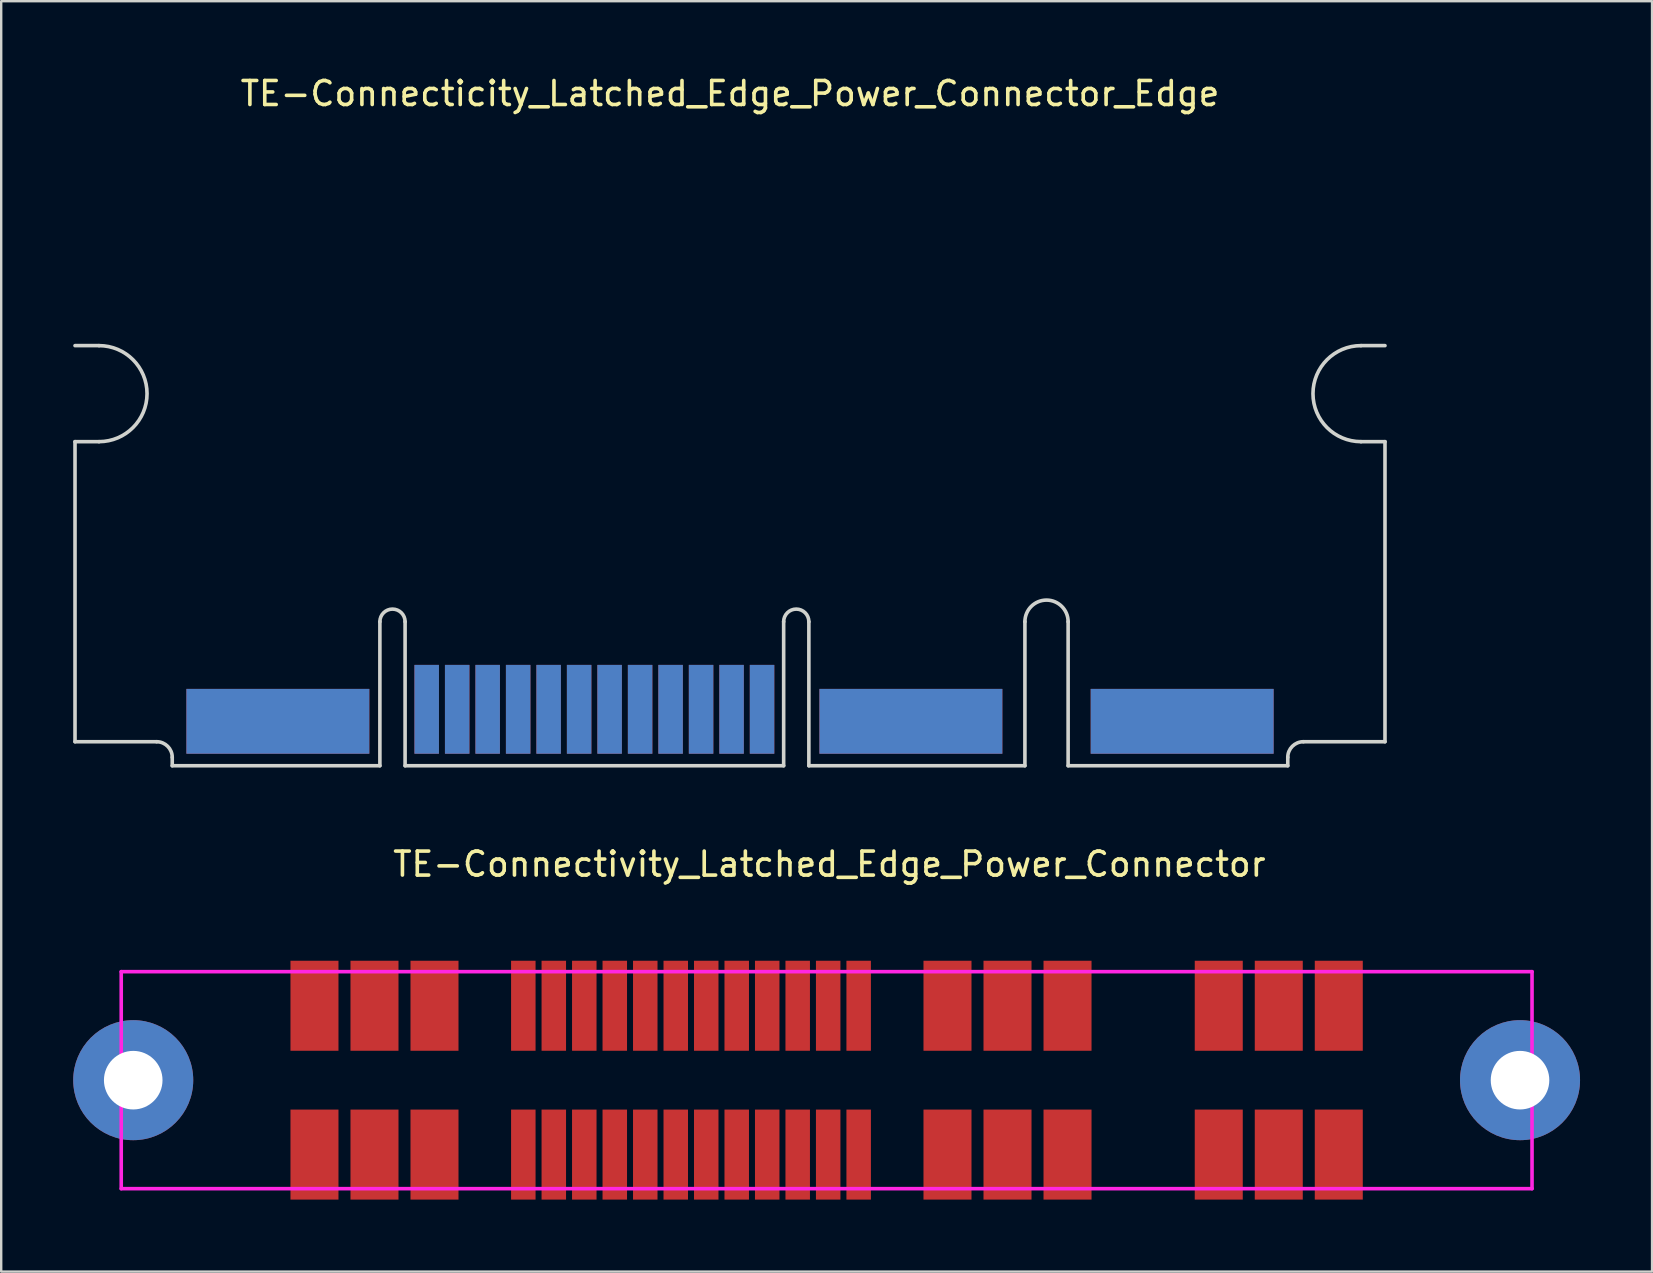
<source format=kicad_pcb>
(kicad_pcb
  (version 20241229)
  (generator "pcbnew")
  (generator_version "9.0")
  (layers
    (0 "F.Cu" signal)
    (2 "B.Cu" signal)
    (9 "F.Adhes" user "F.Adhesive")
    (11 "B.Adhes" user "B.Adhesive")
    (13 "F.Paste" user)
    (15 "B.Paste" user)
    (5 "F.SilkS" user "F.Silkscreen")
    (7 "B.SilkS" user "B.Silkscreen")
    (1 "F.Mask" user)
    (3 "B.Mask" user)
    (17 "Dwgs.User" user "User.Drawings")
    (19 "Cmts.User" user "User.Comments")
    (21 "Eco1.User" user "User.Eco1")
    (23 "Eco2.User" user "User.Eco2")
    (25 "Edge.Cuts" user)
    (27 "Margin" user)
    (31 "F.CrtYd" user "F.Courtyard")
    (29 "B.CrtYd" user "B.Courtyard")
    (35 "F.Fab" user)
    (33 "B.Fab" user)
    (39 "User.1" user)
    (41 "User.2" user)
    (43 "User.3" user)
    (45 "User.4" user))
  (footprint "TE-Connecticity_Latched_Edge_Power_Connector_Edge"
    (layer "F.Cu")
    (at 27.36 28.848)
    (property "Reference" "TE-Connecticity_Latched_Edge_Power_Connector_Edge" (at 0 -28 0) (layer "F.SilkS") (effects (font (size 1 1) (thickness 0.15))))
    (attr through_hole)
    (fp_line (start -27.285 -17.5) (end -26.285 -17.5) (stroke (width 0.15) (type solid)) (layer "Edge.Cuts"))
    (fp_line (start -27.285 -13.5) (end -26.285 -13.5) (stroke (width 0.15) (type solid)) (layer "Edge.Cuts"))
    (fp_line (start -27.285 -1) (end -27.285 -13.5) (stroke (width 0.15) (type solid)) (layer "Edge.Cuts"))
    (fp_line (start -23.885 -1) (end -27.285 -1) (stroke (width 0.15) (type solid)) (layer "Edge.Cuts"))
    (fp_line (start -23.235 0) (end -23.235 -0.35) (stroke (width 0.15) (type solid)) (layer "Edge.Cuts"))
    (fp_line (start -14.585 0) (end -23.235 0) (stroke (width 0.15) (type solid)) (layer "Edge.Cuts"))
    (fp_line (start -14.585 0) (end -14.585 -6) (stroke (width 0.15) (type solid)) (layer "Edge.Cuts"))
    (fp_line (start -13.535 0) (end -13.535 -6) (stroke (width 0.15) (type solid)) (layer "Edge.Cuts"))
    (fp_line (start -13.535 0) (end 2.235 0) (stroke (width 0.15) (type solid)) (layer "Edge.Cuts"))
    (fp_line (start 2.235 0) (end 2.235 -6) (stroke (width 0.15) (type solid)) (layer "Edge.Cuts"))
    (fp_line (start 3.285 0) (end 3.285 -6) (stroke (width 0.15) (type solid)) (layer "Edge.Cuts"))
    (fp_line (start 3.285 0) (end 12.285 0) (stroke (width 0.15) (type solid)) (layer "Edge.Cuts"))
    (fp_line (start 12.285 0) (end 12.285 -6) (stroke (width 0.15) (type solid)) (layer "Edge.Cuts"))
    (fp_line (start 14.085 0) (end 14.085 -6) (stroke (width 0.15) (type solid)) (layer "Edge.Cuts"))
    (fp_line (start 14.085 0) (end 23.235 0) (stroke (width 0.15) (type solid)) (layer "Edge.Cuts"))
    (fp_line (start 23.235 -0.35) (end 23.235 0) (stroke (width 0.15) (type solid)) (layer "Edge.Cuts"))
    (fp_line (start 27.285 -17.5) (end 26.285 -17.5) (stroke (width 0.15) (type solid)) (layer "Edge.Cuts"))
    (fp_line (start 27.285 -13.5) (end 26.285 -13.5) (stroke (width 0.15) (type solid)) (layer "Edge.Cuts"))
    (fp_line (start 27.285 -1) (end 23.885 -1) (stroke (width 0.15) (type solid)) (layer "Edge.Cuts"))
    (fp_line (start 27.285 -1) (end 27.285 -13.5) (stroke (width 0.15) (type solid)) (layer "Edge.Cuts"))
    (fp_arc (start -26.285 -17.5) (mid -24.285 -15.5) (end -26.285 -13.5) (stroke (width 0.15) (type solid)) (layer "Edge.Cuts"))
    (fp_arc (start -23.885 -1) (mid -23.425381 -0.809619) (end -23.235 -0.35) (stroke (width 0.15) (type solid)) (layer "Edge.Cuts"))
    (fp_arc (start -14.585 -6) (mid -14.06 -6.525) (end -13.535 -6) (stroke (width 0.15) (type solid)) (layer "Edge.Cuts"))
    (fp_arc (start 2.235 -6) (mid 2.76 -6.525) (end 3.285 -6) (stroke (width 0.15) (type solid)) (layer "Edge.Cuts"))
    (fp_arc (start 12.285 -6) (mid 13.185 -6.9) (end 14.085 -6) (stroke (width 0.15) (type solid)) (layer "Edge.Cuts"))
    (fp_arc (start 23.235 -0.35) (mid 23.425381 -0.809619) (end 23.885 -1) (stroke (width 0.15) (type solid)) (layer "Edge.Cuts"))
    (fp_arc (start 26.285 -13.5) (mid 24.285 -15.5) (end 26.285 -17.5) (stroke (width 0.15) (type solid)) (layer "Edge.Cuts"))
    (pad "1" smd rect (at -18.835 -1.85) (size 7.62 2.7) (layers "F.Cu" "F.Mask" "F.Paste"))
    (pad "2" smd rect (at -12.635 -2.35) (size 1.02 3.7) (layers "F.Cu" "F.Mask" "F.Paste"))
    (pad "3" smd rect (at -11.365 -2.35) (size 1.02 3.7) (layers "F.Cu" "F.Mask" "F.Paste"))
    (pad "4" smd rect (at -10.095 -2.35) (size 1.02 3.7) (layers "F.Cu" "F.Mask" "F.Paste"))
    (pad "5" smd rect (at -8.825 -2.35) (size 1.02 3.7) (layers "F.Cu" "F.Mask" "F.Paste"))
    (pad "6" smd rect (at -7.555 -2.35) (size 1.02 3.7) (layers "F.Cu" "F.Mask" "F.Paste"))
    (pad "7" smd rect (at -6.285 -2.35) (size 1.02 3.7) (layers "F.Cu" "F.Mask" "F.Paste"))
    (pad "8" smd rect (at -5.015 -2.35) (size 1.02 3.7) (layers "F.Cu" "F.Mask" "F.Paste"))
    (pad "9" smd rect (at -3.745 -2.35) (size 1.02 3.7) (layers "F.Cu" "F.Mask" "F.Paste"))
    (pad "10" smd rect (at -2.475 -2.35) (size 1.02 3.7) (layers "F.Cu" "F.Mask" "F.Paste"))
    (pad "11" smd rect (at -1.205 -2.35) (size 1.02 3.7) (layers "F.Cu" "F.Mask" "F.Paste"))
    (pad "12" smd rect (at 0.065 -2.35) (size 1.02 3.7) (layers "F.Cu" "F.Mask" "F.Paste"))
    (pad "13" smd rect (at 1.335 -2.35) (size 1.02 3.7) (layers "F.Cu" "F.Mask" "F.Paste"))
    (pad "14" smd rect (at 7.535 -1.85) (size 7.62 2.7) (layers "F.Cu" "F.Mask" "F.Paste"))
    (pad "15" smd rect (at 18.835 -1.85) (size 7.62 2.7) (layers "F.Cu" "F.Mask" "F.Paste"))
    (pad "16" smd rect (at 18.835 -1.85) (size 7.62 2.7) (layers "B.Cu" "B.Mask" "B.Paste"))
    (pad "17" smd rect (at 7.535 -1.85) (size 7.62 2.7) (layers "B.Cu" "B.Mask" "B.Paste"))
    (pad "18" smd rect (at 1.335 -2.35) (size 1.02 3.7) (layers "B.Cu" "B.Mask" "B.Paste"))
    (pad "19" smd rect (at 0.065 -2.35) (size 1.02 3.7) (layers "B.Cu" "B.Mask" "B.Paste"))
    (pad "20" smd rect (at -1.205 -2.35) (size 1.02 3.7) (layers "B.Cu" "B.Mask" "B.Paste"))
    (pad "21" smd rect (at -2.475 -2.35) (size 1.02 3.7) (layers "B.Cu" "B.Mask" "B.Paste"))
    (pad "22" smd rect (at -3.745 -2.35) (size 1.02 3.7) (layers "B.Cu" "B.Mask" "B.Paste"))
    (pad "23" smd rect (at -5.015 -2.35) (size 1.02 3.7) (layers "B.Cu" "B.Mask" "B.Paste"))
    (pad "24" smd rect (at -6.285 -2.35) (size 1.02 3.7) (layers "B.Cu" "B.Mask" "B.Paste"))
    (pad "25" smd rect (at -7.555 -2.35) (size 1.02 3.7) (layers "B.Cu" "B.Mask" "B.Paste"))
    (pad "26" smd rect (at -8.825 -2.35) (size 1.02 3.7) (layers "B.Cu" "B.Mask" "B.Paste"))
    (pad "27" smd rect (at -10.095 -2.35) (size 1.02 3.7) (layers "B.Cu" "B.Mask" "B.Paste"))
    (pad "28" smd rect (at -11.365 -2.35) (size 1.02 3.7) (layers "B.Cu" "B.Mask" "B.Paste"))
    (pad "29" smd rect (at -12.635 -2.35) (size 1.02 3.7) (layers "B.Cu" "B.Mask" "B.Paste"))
    (pad "30" smd rect (at -18.835 -1.85) (size 7.62 2.7) (layers "B.Cu" "B.Mask" "B.Paste")))
  (footprint "TE-Connectivity_Latched_Edge_Power_Connector"
    (layer "F.Cu")
    (at 31.385 41.947)
    (property "Reference" "TE-Connectivity_Latched_Edge_Power_Connector" (at 0.115 -9 0) (layer "F.SilkS") (effects (font (size 1 1) (thickness 0.15))))
    (attr through_hole)
    (fp_line (start -29.385 -4.52) (end 29.385 -4.52) (stroke (width 0.15) (type solid)) (layer "F.CrtYd"))
    (fp_line (start -29.385 0) (end -29.385 -4.52) (stroke (width 0.15) (type solid)) (layer "F.CrtYd"))
    (fp_line (start -29.385 0) (end -29.385 4.52) (stroke (width 0.15) (type solid)) (layer "F.CrtYd"))
    (fp_line (start 29.385 -4.52) (end 29.385 4.52) (stroke (width 0.15) (type solid)) (layer "F.CrtYd"))
    (fp_line (start 29.385 4.52) (end -29.385 4.52) (stroke (width 0.15) (type solid)) (layer "F.CrtYd"))
    (pad "" np_thru_hole circle (at -28.885 0) (size 5 5) (drill 2.44) (layers "*.Cu" "*.Mask"))
    (pad "" np_thru_hole circle (at 28.885 0) (size 5 5) (drill 2.44) (layers "*.Cu" "*.Mask"))
    (pad "1" smd rect (at -21.335 3.1) (size 2 3.75) (layers "F.Cu" "F.Mask" "F.Paste"))
    (pad "1" smd rect (at -18.835 3.1) (size 2 3.75) (layers "F.Cu" "F.Mask" "F.Paste"))
    (pad "1" smd rect (at -16.335 3.1) (size 2 3.75) (layers "F.Cu" "F.Mask" "F.Paste"))
    (pad "2" smd rect (at -12.635 3.1) (size 1.02 3.75) (layers "F.Cu" "F.Mask" "F.Paste"))
    (pad "3" smd rect (at -11.365 3.1) (size 1.02 3.75) (layers "F.Cu" "F.Mask" "F.Paste"))
    (pad "4" smd rect (at -10.095 3.1) (size 1.02 3.75) (layers "F.Cu" "F.Mask" "F.Paste"))
    (pad "5" smd rect (at -8.825 3.1) (size 1.02 3.75) (layers "F.Cu" "F.Mask" "F.Paste"))
    (pad "6" smd rect (at -7.555 3.1) (size 1.02 3.75) (layers "F.Cu" "F.Mask" "F.Paste"))
    (pad "7" smd rect (at -6.285 3.1) (size 1.02 3.75) (layers "F.Cu" "F.Mask" "F.Paste"))
    (pad "8" smd rect (at -5.015 3.1) (size 1.02 3.75) (layers "F.Cu" "F.Mask" "F.Paste"))
    (pad "9" smd rect (at -3.745 3.1) (size 1.02 3.75) (layers "F.Cu" "F.Mask" "F.Paste"))
    (pad "10" smd rect (at -2.475 3.1) (size 1.02 3.75) (layers "F.Cu" "F.Mask" "F.Paste"))
    (pad "11" smd rect (at -1.205 3.1) (size 1.02 3.75) (layers "F.Cu" "F.Mask" "F.Paste"))
    (pad "12" smd rect (at 0.065 3.1) (size 1.02 3.75) (layers "F.Cu" "F.Mask" "F.Paste"))
    (pad "13" smd rect (at 1.335 3.1) (size 1.02 3.75) (layers "F.Cu" "F.Mask" "F.Paste"))
    (pad "14" smd rect (at 5.035 3.1) (size 2 3.75) (layers "F.Cu" "F.Mask" "F.Paste"))
    (pad "14" smd rect (at 7.535 3.1) (size 2 3.75) (layers "F.Cu" "F.Mask" "F.Paste"))
    (pad "14" smd rect (at 10.035 3.1) (size 2 3.75) (layers "F.Cu" "F.Mask" "F.Paste"))
    (pad "15" smd rect (at 16.335 3.1) (size 2 3.75) (layers "F.Cu" "F.Mask" "F.Paste"))
    (pad "15" smd rect (at 18.835 3.1) (size 2 3.75) (layers "F.Cu" "F.Mask" "F.Paste"))
    (pad "15" smd rect (at 21.335 3.1) (size 2 3.75) (layers "F.Cu" "F.Mask" "F.Paste"))
    (pad "16" smd rect (at 16.335 -3.1) (size 2 3.75) (layers "F.Cu" "F.Mask" "F.Paste"))
    (pad "16" smd rect (at 18.835 -3.1) (size 2 3.75) (layers "F.Cu" "F.Mask" "F.Paste"))
    (pad "16" smd rect (at 21.335 -3.1) (size 2 3.75) (layers "F.Cu" "F.Mask" "F.Paste"))
    (pad "17" smd rect (at 5.035 -3.1) (size 2 3.75) (layers "F.Cu" "F.Mask" "F.Paste"))
    (pad "17" smd rect (at 7.535 -3.1) (size 2 3.75) (layers "F.Cu" "F.Mask" "F.Paste"))
    (pad "17" smd rect (at 10.035 -3.1) (size 2 3.75) (layers "F.Cu" "F.Mask" "F.Paste"))
    (pad "18" smd rect (at 1.335 -3.1) (size 1.02 3.75) (layers "F.Cu" "F.Mask" "F.Paste"))
    (pad "19" smd rect (at 0.065 -3.1) (size 1.02 3.75) (layers "F.Cu" "F.Mask" "F.Paste"))
    (pad "20" smd rect (at -1.205 -3.1) (size 1.02 3.75) (layers "F.Cu" "F.Mask" "F.Paste"))
    (pad "21" smd rect (at -2.475 -3.1) (size 1.02 3.75) (layers "F.Cu" "F.Mask" "F.Paste"))
    (pad "22" smd rect (at -3.745 -3.1) (size 1.02 3.75) (layers "F.Cu" "F.Mask" "F.Paste"))
    (pad "23" smd rect (at -5.015 -3.1) (size 1.02 3.75) (layers "F.Cu" "F.Mask" "F.Paste"))
    (pad "24" smd rect (at -6.285 -3.1) (size 1.02 3.75) (layers "F.Cu" "F.Mask" "F.Paste"))
    (pad "25" smd rect (at -7.555 -3.1) (size 1.02 3.75) (layers "F.Cu" "F.Mask" "F.Paste"))
    (pad "26" smd rect (at -8.825 -3.1) (size 1.02 3.75) (layers "F.Cu" "F.Mask" "F.Paste"))
    (pad "27" smd rect (at -10.095 -3.1) (size 1.02 3.75) (layers "F.Cu" "F.Mask" "F.Paste"))
    (pad "28" smd rect (at -11.365 -3.1) (size 1.02 3.75) (layers "F.Cu" "F.Mask" "F.Paste"))
    (pad "29" smd rect (at -12.635 -3.1) (size 1.02 3.75) (layers "F.Cu" "F.Mask" "F.Paste"))
    (pad "30" smd rect (at -21.335 -3.1) (size 2 3.75) (layers "F.Cu" "F.Mask" "F.Paste"))
    (pad "30" smd rect (at -18.835 -3.1) (size 2 3.75) (layers "F.Cu" "F.Mask" "F.Paste"))
    (pad "30" smd rect (at -16.335 -3.1) (size 2 3.75) (layers "F.Cu" "F.Mask" "F.Paste")))
  (gr_rect
    (start -3 -3)
    (end 65.77 49.922)
    (stroke (width 0.1) (type default))
    (fill no)
    (layer "Edge.Cuts")))
</source>
